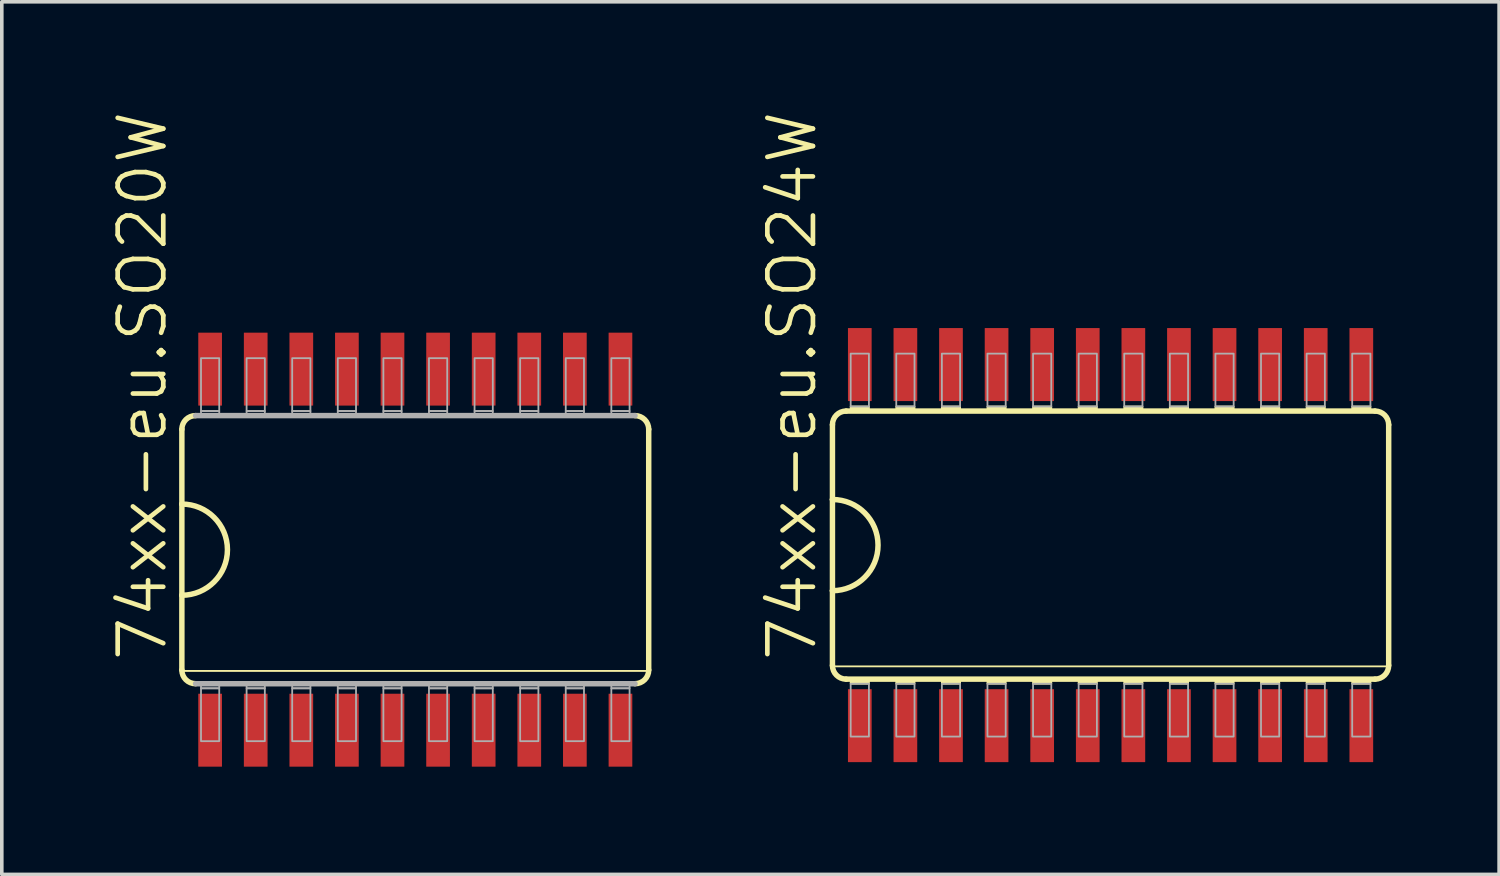
<source format=kicad_pcb>
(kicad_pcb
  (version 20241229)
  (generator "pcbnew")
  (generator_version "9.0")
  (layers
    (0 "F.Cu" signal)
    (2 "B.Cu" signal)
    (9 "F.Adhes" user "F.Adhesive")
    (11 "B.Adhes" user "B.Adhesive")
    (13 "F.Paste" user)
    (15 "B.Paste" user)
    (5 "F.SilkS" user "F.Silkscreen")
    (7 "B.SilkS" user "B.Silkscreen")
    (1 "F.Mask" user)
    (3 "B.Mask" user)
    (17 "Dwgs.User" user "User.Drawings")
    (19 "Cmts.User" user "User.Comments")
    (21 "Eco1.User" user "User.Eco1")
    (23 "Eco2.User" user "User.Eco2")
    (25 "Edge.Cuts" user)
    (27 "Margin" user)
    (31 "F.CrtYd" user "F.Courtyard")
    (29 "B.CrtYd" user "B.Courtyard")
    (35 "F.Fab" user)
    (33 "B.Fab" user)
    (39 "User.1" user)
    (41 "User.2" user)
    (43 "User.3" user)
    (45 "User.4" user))
  (footprint "74xx-eu.SO20W"
    (layer "F.Cu")
    (at 8.518 12.261)
    (property "Reference" "74xx-eu.SO20W" (at -6.858 3.175 90) (layer "F.SilkS") (effects (font (size 1.27 1.27) (thickness 0.13)) (justify left bottom)))
    (attr smd)
    (fp_line (start -6.502 -3.353) (end -6.502 -1.27) (stroke (width 0.152) (type default)) (layer "F.SilkS"))
    (fp_line (start -6.502 -1.27) (end -6.502 1.27) (stroke (width 0.152) (type default)) (layer "F.SilkS"))
    (fp_line (start -6.502 1.27) (end -6.502 3.353) (stroke (width 0.152) (type default)) (layer "F.SilkS"))
    (fp_line (start -6.477 3.378) (end 6.477 3.378) (stroke (width 0.051) (type default)) (layer "F.SilkS"))
    (fp_line (start 6.502 3.353) (end 6.502 -3.353) (stroke (width 0.152) (type default)) (layer "F.SilkS"))
    (fp_arc (start -6.5024 -3.3528) (mid -6.390808 -3.622208) (end -6.1214 -3.7338) (stroke (width 0.1524) (type default)) (layer "F.SilkS"))
    (fp_arc (start -6.5024 -1.27) (mid -5.2324 0) (end -6.5024 1.27) (stroke (width 0.1524) (type default)) (layer "F.SilkS"))
    (fp_arc (start -6.1214 3.7338) (mid -6.390808 3.622208) (end -6.5024 3.3528) (stroke (width 0.1524) (type default)) (layer "F.SilkS"))
    (fp_arc (start 6.1214 -3.7338) (mid 6.390808 -3.622208) (end 6.5024 -3.3528) (stroke (width 0.1524) (type default)) (layer "F.SilkS"))
    (fp_arc (start 6.5024 3.3528) (mid 6.390808 3.622208) (end 6.1214 3.7338) (stroke (width 0.1524) (type default)) (layer "F.SilkS"))
    (fp_line (start -6.121 3.734) (end 6.121 3.734) (stroke (width 0.152) (type default)) (layer "F.Fab"))
    (fp_line (start 6.121 -3.734) (end -6.121 -3.734) (stroke (width 0.152) (type default)) (layer "F.Fab"))
    (fp_rect (start -5.969 -3.861) (end -5.461 -5.334) (stroke (width 0.05) (type default)) (fill no) (layer "F.Fab"))
    (fp_rect (start -5.969 -3.734) (end -5.461 -3.861) (stroke (width 0.05) (type default)) (fill no) (layer "F.Fab"))
    (fp_rect (start -5.969 3.861) (end -5.461 3.734) (stroke (width 0.05) (type default)) (fill no) (layer "F.Fab"))
    (fp_rect (start -5.969 5.334) (end -5.461 3.861) (stroke (width 0.05) (type default)) (fill no) (layer "F.Fab"))
    (fp_rect (start -4.699 -3.861) (end -4.191 -5.334) (stroke (width 0.05) (type default)) (fill no) (layer "F.Fab"))
    (fp_rect (start -4.699 -3.734) (end -4.191 -3.861) (stroke (width 0.05) (type default)) (fill no) (layer "F.Fab"))
    (fp_rect (start -4.699 3.861) (end -4.191 3.734) (stroke (width 0.05) (type default)) (fill no) (layer "F.Fab"))
    (fp_rect (start -4.699 5.334) (end -4.191 3.861) (stroke (width 0.05) (type default)) (fill no) (layer "F.Fab"))
    (fp_rect (start -3.429 -3.861) (end -2.921 -5.334) (stroke (width 0.05) (type default)) (fill no) (layer "F.Fab"))
    (fp_rect (start -3.429 -3.734) (end -2.921 -3.861) (stroke (width 0.05) (type default)) (fill no) (layer "F.Fab"))
    (fp_rect (start -3.429 3.861) (end -2.921 3.734) (stroke (width 0.05) (type default)) (fill no) (layer "F.Fab"))
    (fp_rect (start -3.429 5.334) (end -2.921 3.861) (stroke (width 0.05) (type default)) (fill no) (layer "F.Fab"))
    (fp_rect (start -2.159 -3.861) (end -1.651 -5.334) (stroke (width 0.05) (type default)) (fill no) (layer "F.Fab"))
    (fp_rect (start -2.159 -3.734) (end -1.651 -3.861) (stroke (width 0.05) (type default)) (fill no) (layer "F.Fab"))
    (fp_rect (start -2.159 3.861) (end -1.651 3.734) (stroke (width 0.05) (type default)) (fill no) (layer "F.Fab"))
    (fp_rect (start -2.159 5.334) (end -1.651 3.861) (stroke (width 0.05) (type default)) (fill no) (layer "F.Fab"))
    (fp_rect (start -0.889 -3.861) (end -0.381 -5.334) (stroke (width 0.05) (type default)) (fill no) (layer "F.Fab"))
    (fp_rect (start -0.889 -3.734) (end -0.381 -3.861) (stroke (width 0.05) (type default)) (fill no) (layer "F.Fab"))
    (fp_rect (start -0.889 3.861) (end -0.381 3.734) (stroke (width 0.05) (type default)) (fill no) (layer "F.Fab"))
    (fp_rect (start -0.889 5.334) (end -0.381 3.861) (stroke (width 0.05) (type default)) (fill no) (layer "F.Fab"))
    (fp_rect (start 0.381 -3.861) (end 0.889 -5.334) (stroke (width 0.05) (type default)) (fill no) (layer "F.Fab"))
    (fp_rect (start 0.381 -3.734) (end 0.889 -3.861) (stroke (width 0.05) (type default)) (fill no) (layer "F.Fab"))
    (fp_rect (start 0.381 3.861) (end 0.889 3.734) (stroke (width 0.05) (type default)) (fill no) (layer "F.Fab"))
    (fp_rect (start 0.381 5.334) (end 0.889 3.861) (stroke (width 0.05) (type default)) (fill no) (layer "F.Fab"))
    (fp_rect (start 1.651 -3.861) (end 2.159 -5.334) (stroke (width 0.05) (type default)) (fill no) (layer "F.Fab"))
    (fp_rect (start 1.651 -3.734) (end 2.159 -3.861) (stroke (width 0.05) (type default)) (fill no) (layer "F.Fab"))
    (fp_rect (start 1.651 3.861) (end 2.159 3.734) (stroke (width 0.05) (type default)) (fill no) (layer "F.Fab"))
    (fp_rect (start 1.651 5.334) (end 2.159 3.861) (stroke (width 0.05) (type default)) (fill no) (layer "F.Fab"))
    (fp_rect (start 2.921 -3.861) (end 3.429 -5.334) (stroke (width 0.05) (type default)) (fill no) (layer "F.Fab"))
    (fp_rect (start 2.921 -3.734) (end 3.429 -3.861) (stroke (width 0.05) (type default)) (fill no) (layer "F.Fab"))
    (fp_rect (start 2.921 3.861) (end 3.429 3.734) (stroke (width 0.05) (type default)) (fill no) (layer "F.Fab"))
    (fp_rect (start 2.921 5.334) (end 3.429 3.861) (stroke (width 0.05) (type default)) (fill no) (layer "F.Fab"))
    (fp_rect (start 4.191 -3.861) (end 4.699 -5.334) (stroke (width 0.05) (type default)) (fill no) (layer "F.Fab"))
    (fp_rect (start 4.191 -3.734) (end 4.699 -3.861) (stroke (width 0.05) (type default)) (fill no) (layer "F.Fab"))
    (fp_rect (start 4.191 3.861) (end 4.699 3.734) (stroke (width 0.05) (type default)) (fill no) (layer "F.Fab"))
    (fp_rect (start 4.191 5.334) (end 4.699 3.861) (stroke (width 0.05) (type default)) (fill no) (layer "F.Fab"))
    (fp_rect (start 5.461 -3.861) (end 5.969 -5.334) (stroke (width 0.05) (type default)) (fill no) (layer "F.Fab"))
    (fp_rect (start 5.461 -3.734) (end 5.969 -3.861) (stroke (width 0.05) (type default)) (fill no) (layer "F.Fab"))
    (fp_rect (start 5.461 3.861) (end 5.969 3.734) (stroke (width 0.05) (type default)) (fill no) (layer "F.Fab"))
    (fp_rect (start 5.461 5.334) (end 5.969 3.861) (stroke (width 0.05) (type default)) (fill no) (layer "F.Fab"))
    (pad "1" smd roundrect (at -5.715 5.029) (size 0.66 2.032) (layers "F.Cu" "F.Mask" "F.Paste") (roundrect_rratio 0.01))
    (pad "2" smd roundrect (at -4.445 5.029) (size 0.66 2.032) (layers "F.Cu" "F.Mask" "F.Paste") (roundrect_rratio 0.01))
    (pad "3" smd roundrect (at -3.175 5.029) (size 0.66 2.032) (layers "F.Cu" "F.Mask" "F.Paste") (roundrect_rratio 0.01))
    (pad "4" smd roundrect (at -1.905 5.029) (size 0.66 2.032) (layers "F.Cu" "F.Mask" "F.Paste") (roundrect_rratio 0.01))
    (pad "5" smd roundrect (at -0.635 5.029) (size 0.66 2.032) (layers "F.Cu" "F.Mask" "F.Paste") (roundrect_rratio 0.01))
    (pad "6" smd roundrect (at 0.635 5.029) (size 0.66 2.032) (layers "F.Cu" "F.Mask" "F.Paste") (roundrect_rratio 0.01))
    (pad "7" smd roundrect (at 1.905 5.029) (size 0.66 2.032) (layers "F.Cu" "F.Mask" "F.Paste") (roundrect_rratio 0.01))
    (pad "8" smd roundrect (at 3.175 5.029) (size 0.66 2.032) (layers "F.Cu" "F.Mask" "F.Paste") (roundrect_rratio 0.01))
    (pad "9" smd roundrect (at 4.445 5.029) (size 0.66 2.032) (layers "F.Cu" "F.Mask" "F.Paste") (roundrect_rratio 0.01))
    (pad "10" smd roundrect (at 5.715 5.029) (size 0.66 2.032) (layers "F.Cu" "F.Mask" "F.Paste") (roundrect_rratio 0.01))
    (pad "11" smd roundrect (at 5.715 -5.029) (size 0.66 2.032) (layers "F.Cu" "F.Mask" "F.Paste") (roundrect_rratio 0.01))
    (pad "12" smd roundrect (at 4.445 -5.029) (size 0.66 2.032) (layers "F.Cu" "F.Mask" "F.Paste") (roundrect_rratio 0.01))
    (pad "13" smd roundrect (at 3.175 -5.029) (size 0.66 2.032) (layers "F.Cu" "F.Mask" "F.Paste") (roundrect_rratio 0.01))
    (pad "14" smd roundrect (at 1.905 -5.029) (size 0.66 2.032) (layers "F.Cu" "F.Mask" "F.Paste") (roundrect_rratio 0.01))
    (pad "15" smd roundrect (at 0.635 -5.029) (size 0.66 2.032) (layers "F.Cu" "F.Mask" "F.Paste") (roundrect_rratio 0.01))
    (pad "16" smd roundrect (at -0.635 -5.029) (size 0.66 2.032) (layers "F.Cu" "F.Mask" "F.Paste") (roundrect_rratio 0.01))
    (pad "17" smd roundrect (at -1.905 -5.029) (size 0.66 2.032) (layers "F.Cu" "F.Mask" "F.Paste") (roundrect_rratio 0.01))
    (pad "18" smd roundrect (at -3.175 -5.029) (size 0.66 2.032) (layers "F.Cu" "F.Mask" "F.Paste") (roundrect_rratio 0.01))
    (pad "19" smd roundrect (at -4.445 -5.029) (size 0.66 2.032) (layers "F.Cu" "F.Mask" "F.Paste") (roundrect_rratio 0.01))
    (pad "20" smd roundrect (at -5.715 -5.029) (size 0.66 2.032) (layers "F.Cu" "F.Mask" "F.Paste") (roundrect_rratio 0.01)))
  (footprint "74xx-eu.SO24W"
    (layer "F.Cu")
    (at 27.885 12.134)
    (property "Reference" "74xx-eu.SO24W" (at -8.128 3.302 90) (layer "F.SilkS") (effects (font (size 1.27 1.27) (thickness 0.13)) (justify left bottom)))
    (attr smd)
    (fp_line (start -7.747 -3.353) (end -7.747 -1.27) (stroke (width 0.152) (type default)) (layer "F.SilkS"))
    (fp_line (start -7.747 -1.27) (end -7.747 1.27) (stroke (width 0.152) (type default)) (layer "F.SilkS"))
    (fp_line (start -7.747 1.27) (end -7.747 3.353) (stroke (width 0.152) (type default)) (layer "F.SilkS"))
    (fp_line (start -7.747 3.378) (end 7.747 3.378) (stroke (width 0.051) (type default)) (layer "F.SilkS"))
    (fp_line (start -7.366 3.734) (end 7.366 3.734) (stroke (width 0.152) (type default)) (layer "F.SilkS"))
    (fp_line (start 7.366 -3.734) (end -7.366 -3.734) (stroke (width 0.152) (type default)) (layer "F.SilkS"))
    (fp_line (start 7.747 3.353) (end 7.747 -3.353) (stroke (width 0.152) (type default)) (layer "F.SilkS"))
    (fp_rect (start -7.239 -3.734) (end -6.731 -3.861) (stroke (width 0.05) (type default)) (fill yes) (layer "F.SilkS"))
    (fp_rect (start -7.239 3.861) (end -6.731 3.734) (stroke (width 0.05) (type default)) (fill yes) (layer "F.SilkS"))
    (fp_rect (start -5.969 -3.734) (end -5.461 -3.861) (stroke (width 0.05) (type default)) (fill yes) (layer "F.SilkS"))
    (fp_rect (start -5.969 3.861) (end -5.461 3.734) (stroke (width 0.05) (type default)) (fill yes) (layer "F.SilkS"))
    (fp_rect (start -4.699 -3.734) (end -4.191 -3.861) (stroke (width 0.05) (type default)) (fill yes) (layer "F.SilkS"))
    (fp_rect (start -4.699 3.861) (end -4.191 3.734) (stroke (width 0.05) (type default)) (fill yes) (layer "F.SilkS"))
    (fp_rect (start -3.429 -3.734) (end -2.921 -3.861) (stroke (width 0.05) (type default)) (fill yes) (layer "F.SilkS"))
    (fp_rect (start -3.429 3.861) (end -2.921 3.734) (stroke (width 0.05) (type default)) (fill yes) (layer "F.SilkS"))
    (fp_rect (start -2.159 -3.734) (end -1.651 -3.861) (stroke (width 0.05) (type default)) (fill yes) (layer "F.SilkS"))
    (fp_rect (start -2.159 3.861) (end -1.651 3.734) (stroke (width 0.05) (type default)) (fill yes) (layer "F.SilkS"))
    (fp_rect (start -0.889 -3.734) (end -0.381 -3.861) (stroke (width 0.05) (type default)) (fill yes) (layer "F.SilkS"))
    (fp_rect (start -0.889 3.861) (end -0.381 3.734) (stroke (width 0.05) (type default)) (fill yes) (layer "F.SilkS"))
    (fp_rect (start 0.381 -3.734) (end 0.889 -3.861) (stroke (width 0.05) (type default)) (fill yes) (layer "F.SilkS"))
    (fp_rect (start 0.381 3.861) (end 0.889 3.734) (stroke (width 0.05) (type default)) (fill yes) (layer "F.SilkS"))
    (fp_rect (start 1.651 -3.734) (end 2.159 -3.861) (stroke (width 0.05) (type default)) (fill yes) (layer "F.SilkS"))
    (fp_rect (start 1.651 3.861) (end 2.159 3.734) (stroke (width 0.05) (type default)) (fill yes) (layer "F.SilkS"))
    (fp_rect (start 2.921 -3.734) (end 3.429 -3.861) (stroke (width 0.05) (type default)) (fill yes) (layer "F.SilkS"))
    (fp_rect (start 2.921 3.861) (end 3.429 3.734) (stroke (width 0.05) (type default)) (fill yes) (layer "F.SilkS"))
    (fp_rect (start 4.191 -3.734) (end 4.699 -3.861) (stroke (width 0.05) (type default)) (fill yes) (layer "F.SilkS"))
    (fp_rect (start 4.191 3.861) (end 4.699 3.734) (stroke (width 0.05) (type default)) (fill yes) (layer "F.SilkS"))
    (fp_rect (start 5.461 -3.734) (end 5.969 -3.861) (stroke (width 0.05) (type default)) (fill yes) (layer "F.SilkS"))
    (fp_rect (start 5.461 3.861) (end 5.969 3.734) (stroke (width 0.05) (type default)) (fill yes) (layer "F.SilkS"))
    (fp_rect (start 6.731 -3.734) (end 7.239 -3.861) (stroke (width 0.05) (type default)) (fill yes) (layer "F.SilkS"))
    (fp_rect (start 6.731 3.861) (end 7.239 3.734) (stroke (width 0.05) (type default)) (fill yes) (layer "F.SilkS"))
    (fp_arc (start -7.747 -3.3528) (mid -7.635408 -3.622208) (end -7.366 -3.7338) (stroke (width 0.1524) (type default)) (layer "F.SilkS"))
    (fp_arc (start -7.747 -1.27) (mid -6.477 0) (end -7.747 1.27) (stroke (width 0.1524) (type default)) (layer "F.SilkS"))
    (fp_arc (start -7.366 3.7338) (mid -7.635408 3.622208) (end -7.747 3.3528) (stroke (width 0.1524) (type default)) (layer "F.SilkS"))
    (fp_arc (start 7.366 -3.7338) (mid 7.635408 -3.622208) (end 7.747 -3.3528) (stroke (width 0.1524) (type default)) (layer "F.SilkS"))
    (fp_arc (start 7.747 3.3528) (mid 7.635408 3.622208) (end 7.366 3.7338) (stroke (width 0.1524) (type default)) (layer "F.SilkS"))
    (fp_rect (start -7.239 -3.861) (end -6.731 -5.334) (stroke (width 0.05) (type default)) (fill no) (layer "F.Fab"))
    (fp_rect (start -7.239 5.334) (end -6.731 3.861) (stroke (width 0.05) (type default)) (fill no) (layer "F.Fab"))
    (fp_rect (start -5.969 -3.861) (end -5.461 -5.334) (stroke (width 0.05) (type default)) (fill no) (layer "F.Fab"))
    (fp_rect (start -5.969 5.334) (end -5.461 3.861) (stroke (width 0.05) (type default)) (fill no) (layer "F.Fab"))
    (fp_rect (start -4.699 -3.861) (end -4.191 -5.334) (stroke (width 0.05) (type default)) (fill no) (layer "F.Fab"))
    (fp_rect (start -4.699 5.334) (end -4.191 3.861) (stroke (width 0.05) (type default)) (fill no) (layer "F.Fab"))
    (fp_rect (start -3.429 -3.861) (end -2.921 -5.334) (stroke (width 0.05) (type default)) (fill no) (layer "F.Fab"))
    (fp_rect (start -3.429 5.334) (end -2.921 3.861) (stroke (width 0.05) (type default)) (fill no) (layer "F.Fab"))
    (fp_rect (start -2.159 -3.861) (end -1.651 -5.334) (stroke (width 0.05) (type default)) (fill no) (layer "F.Fab"))
    (fp_rect (start -2.159 5.334) (end -1.651 3.861) (stroke (width 0.05) (type default)) (fill no) (layer "F.Fab"))
    (fp_rect (start -0.889 -3.861) (end -0.381 -5.334) (stroke (width 0.05) (type default)) (fill no) (layer "F.Fab"))
    (fp_rect (start -0.889 5.334) (end -0.381 3.861) (stroke (width 0.05) (type default)) (fill no) (layer "F.Fab"))
    (fp_rect (start 0.381 -3.861) (end 0.889 -5.334) (stroke (width 0.05) (type default)) (fill no) (layer "F.Fab"))
    (fp_rect (start 0.381 5.334) (end 0.889 3.861) (stroke (width 0.05) (type default)) (fill no) (layer "F.Fab"))
    (fp_rect (start 1.651 -3.861) (end 2.159 -5.334) (stroke (width 0.05) (type default)) (fill no) (layer "F.Fab"))
    (fp_rect (start 1.651 5.334) (end 2.159 3.861) (stroke (width 0.05) (type default)) (fill no) (layer "F.Fab"))
    (fp_rect (start 2.921 -3.861) (end 3.429 -5.334) (stroke (width 0.05) (type default)) (fill no) (layer "F.Fab"))
    (fp_rect (start 2.921 5.334) (end 3.429 3.861) (stroke (width 0.05) (type default)) (fill no) (layer "F.Fab"))
    (fp_rect (start 4.191 -3.861) (end 4.699 -5.334) (stroke (width 0.05) (type default)) (fill no) (layer "F.Fab"))
    (fp_rect (start 4.191 5.334) (end 4.699 3.861) (stroke (width 0.05) (type default)) (fill no) (layer "F.Fab"))
    (fp_rect (start 5.461 -3.861) (end 5.969 -5.334) (stroke (width 0.05) (type default)) (fill no) (layer "F.Fab"))
    (fp_rect (start 5.461 5.334) (end 5.969 3.861) (stroke (width 0.05) (type default)) (fill no) (layer "F.Fab"))
    (fp_rect (start 6.731 -3.861) (end 7.239 -5.334) (stroke (width 0.05) (type default)) (fill no) (layer "F.Fab"))
    (fp_rect (start 6.731 5.334) (end 7.239 3.861) (stroke (width 0.05) (type default)) (fill no) (layer "F.Fab"))
    (pad "1" smd roundrect (at -6.985 5.029) (size 0.66 2.032) (layers "F.Cu" "F.Mask" "F.Paste") (roundrect_rratio 0.01))
    (pad "2" smd roundrect (at -5.715 5.029) (size 0.66 2.032) (layers "F.Cu" "F.Mask" "F.Paste") (roundrect_rratio 0.01))
    (pad "3" smd roundrect (at -4.445 5.029) (size 0.66 2.032) (layers "F.Cu" "F.Mask" "F.Paste") (roundrect_rratio 0.01))
    (pad "4" smd roundrect (at -3.175 5.029) (size 0.66 2.032) (layers "F.Cu" "F.Mask" "F.Paste") (roundrect_rratio 0.01))
    (pad "5" smd roundrect (at -1.905 5.029) (size 0.66 2.032) (layers "F.Cu" "F.Mask" "F.Paste") (roundrect_rratio 0.01))
    (pad "6" smd roundrect (at -0.635 5.029) (size 0.66 2.032) (layers "F.Cu" "F.Mask" "F.Paste") (roundrect_rratio 0.01))
    (pad "7" smd roundrect (at 0.635 5.029) (size 0.66 2.032) (layers "F.Cu" "F.Mask" "F.Paste") (roundrect_rratio 0.01))
    (pad "8" smd roundrect (at 1.905 5.029) (size 0.66 2.032) (layers "F.Cu" "F.Mask" "F.Paste") (roundrect_rratio 0.01))
    (pad "9" smd roundrect (at 3.175 5.029) (size 0.66 2.032) (layers "F.Cu" "F.Mask" "F.Paste") (roundrect_rratio 0.01))
    (pad "10" smd roundrect (at 4.445 5.029) (size 0.66 2.032) (layers "F.Cu" "F.Mask" "F.Paste") (roundrect_rratio 0.01))
    (pad "11" smd roundrect (at 5.715 5.029) (size 0.66 2.032) (layers "F.Cu" "F.Mask" "F.Paste") (roundrect_rratio 0.01))
    (pad "12" smd roundrect (at 6.985 5.029) (size 0.66 2.032) (layers "F.Cu" "F.Mask" "F.Paste") (roundrect_rratio 0.01))
    (pad "13" smd roundrect (at 6.985 -5.029) (size 0.66 2.032) (layers "F.Cu" "F.Mask" "F.Paste") (roundrect_rratio 0.01))
    (pad "14" smd roundrect (at 5.715 -5.029) (size 0.66 2.032) (layers "F.Cu" "F.Mask" "F.Paste") (roundrect_rratio 0.01))
    (pad "15" smd roundrect (at 4.445 -5.029) (size 0.66 2.032) (layers "F.Cu" "F.Mask" "F.Paste") (roundrect_rratio 0.01))
    (pad "16" smd roundrect (at 3.175 -5.029) (size 0.66 2.032) (layers "F.Cu" "F.Mask" "F.Paste") (roundrect_rratio 0.01))
    (pad "17" smd roundrect (at 1.905 -5.029) (size 0.66 2.032) (layers "F.Cu" "F.Mask" "F.Paste") (roundrect_rratio 0.01))
    (pad "18" smd roundrect (at 0.635 -5.029) (size 0.66 2.032) (layers "F.Cu" "F.Mask" "F.Paste") (roundrect_rratio 0.01))
    (pad "19" smd roundrect (at -0.635 -5.029) (size 0.66 2.032) (layers "F.Cu" "F.Mask" "F.Paste") (roundrect_rratio 0.01))
    (pad "20" smd roundrect (at -1.905 -5.029) (size 0.66 2.032) (layers "F.Cu" "F.Mask" "F.Paste") (roundrect_rratio 0.01))
    (pad "21" smd roundrect (at -3.175 -5.029) (size 0.66 2.032) (layers "F.Cu" "F.Mask" "F.Paste") (roundrect_rratio 0.01))
    (pad "22" smd roundrect (at -4.445 -5.029) (size 0.66 2.032) (layers "F.Cu" "F.Mask" "F.Paste") (roundrect_rratio 0.01))
    (pad "23" smd roundrect (at -5.715 -5.029) (size 0.66 2.032) (layers "F.Cu" "F.Mask" "F.Paste") (roundrect_rratio 0.01))
    (pad "24" smd roundrect (at -6.985 -5.029) (size 0.66 2.032) (layers "F.Cu" "F.Mask" "F.Paste") (roundrect_rratio 0.01)))
  (gr_rect
    (start -3 -3)
    (end 38.708 21.307)
    (stroke (width 0.1) (type default))
    (fill no)
    (layer "Edge.Cuts")))
</source>
